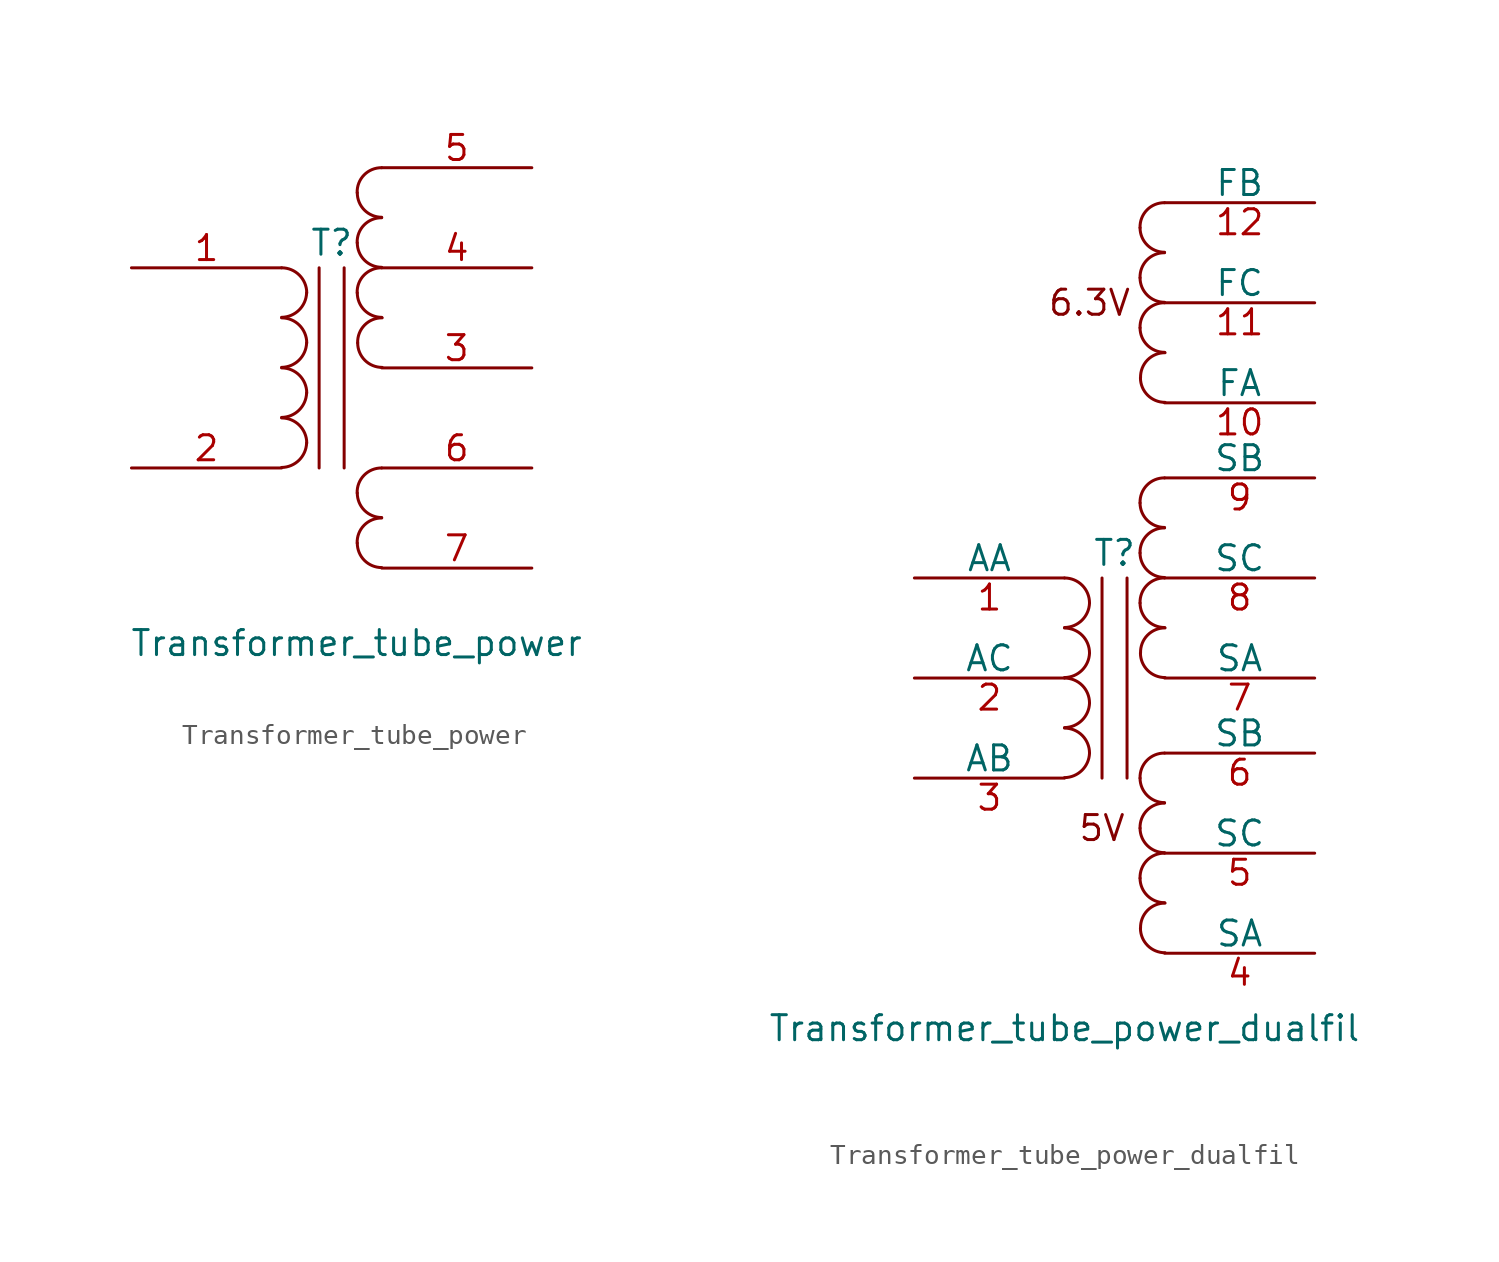
<source format=kicad_sym>
(kicad_symbol_lib
  (version 20220914)
  (generator kicad_symbol_editor)
  (symbol "Transformer_tube_power"
    (pin_names
      (offset 1.016) hide)
    (property "Reference" "T"
      (at 0 1.27 0)
      (effects (font (size 1.27 1.27))))
    (property "Value" "Transformer_tube_power"
      (at 1.27 -19.05 0)
      (effects (font (size 1.27 1.27))))
    (symbol "Transformer_tube_power_0_1"
      (arc (start -2.54 -10.1346) (mid -1.6599 -9.7701) (end -1.27 -8.89) (stroke (width 0) (type solid)) (fill (type none)))
      (arc (start -2.54 -7.5946) (mid -1.6599 -7.2301) (end -1.27 -6.35) (stroke (width 0) (type solid)) (fill (type none)))
      (arc (start -2.54 -5.0546) (mid -1.6599 -4.6901) (end -1.27 -3.81) (stroke (width 0) (type solid)) (fill (type none)))
      (arc (start -2.54 -2.5146) (mid -1.6599 -2.1501) (end -1.27 -1.27) (stroke (width 0) (type solid)) (fill (type none)))
      (arc (start -1.27 -8.89) (mid -1.642 -7.992) (end -2.54 -7.62) (stroke (width 0) (type solid)) (fill (type none)))
      (arc (start -1.27 -6.35) (mid -1.642 -5.452) (end -2.54 -5.08) (stroke (width 0) (type solid)) (fill (type none)))
      (arc (start -1.27 -3.81) (mid -1.642 -2.912) (end -2.54 -2.54) (stroke (width 0) (type solid)) (fill (type none)))
      (arc (start -1.27 -1.27) (mid -1.642 -0.372) (end -2.54 0) (stroke (width 0) (type solid)) (fill (type none)))
      (polyline (pts (xy -0.635 0) (xy -0.635 -10.16)) (stroke (width 0) (type solid)) (fill (type none)))
      (polyline (pts (xy 0.635 -10.16) (xy 0.635 0)) (stroke (width 0) (type solid)) (fill (type none)))
      (arc (start 1.2954 -13.97) (mid 1.6599 -14.8501) (end 2.54 -15.2146) (stroke (width 0) (type solid)) (fill (type none)))
      (arc (start 1.2954 -11.43) (mid 1.6599 -12.3101) (end 2.54 -12.6746) (stroke (width 0) (type solid)) (fill (type none)))
      (arc (start 1.2954 -1.27) (mid 1.6599 -2.1501) (end 2.54 -2.5146) (stroke (width 0) (type solid)) (fill (type none)))
      (arc (start 1.2954 1.27) (mid 1.6599 0.3899) (end 2.54 0.0254) (stroke (width 0) (type solid)) (fill (type none)))
      (arc (start 1.2954 3.81) (mid 1.6599 2.9299) (end 2.54 2.5654) (stroke (width 0) (type solid)) (fill (type none)))
      (arc (start 1.3208 -3.81) (mid 1.6853 -4.6901) (end 2.5654 -5.0546) (stroke (width 0) (type solid)) (fill (type none)))
      (arc (start 2.54 -12.7) (mid 1.642 -13.072) (end 1.2954 -13.97) (stroke (width 0) (type solid)) (fill (type none)))
      (arc (start 2.54 -10.16) (mid 1.642 -10.532) (end 1.2954 -11.43) (stroke (width 0) (type solid)) (fill (type none)))
      (arc (start 2.54 0) (mid 1.642 -0.372) (end 1.2954 -1.27) (stroke (width 0) (type solid)) (fill (type none)))
      (arc (start 2.54 2.54) (mid 1.642 2.168) (end 1.2954 1.27) (stroke (width 0) (type solid)) (fill (type none)))
      (arc (start 2.54 5.08) (mid 1.642 4.708) (end 1.2954 3.81) (stroke (width 0) (type solid)) (fill (type none)))
      (arc (start 2.5654 -2.54) (mid 1.6674 -2.912) (end 1.3208 -3.81) (stroke (width 0) (type solid)) (fill (type none))))
    (symbol "Transformer_tube_power_1_1"
      (pin passive line (at -10.16 0 0) (length 7.62) (name "AA" (effects (font (size 1.27 1.27)))) (number "1" (effects (font (size 1.27 1.27)))))
      (pin passive line (at -10.16 -10.16 0) (length 7.62) (name "AB" (effects (font (size 1.27 1.27)))) (number "2" (effects (font (size 1.27 1.27)))))
      (pin passive line (at 10.16 -5.08 180) (length 7.62) (name "SA" (effects (font (size 1.27 1.27)))) (number "3" (effects (font (size 1.27 1.27)))))
      (pin passive line (at 10.16 0 180) (length 7.62) (name "SC" (effects (font (size 1.27 1.27)))) (number "4" (effects (font (size 1.27 1.27)))))
      (pin passive line (at 10.16 5.08 180) (length 7.62) (name "SB" (effects (font (size 1.27 1.27)))) (number "5" (effects (font (size 1.27 1.27)))))
      (pin passive line (at 10.16 -10.16 180) (length 7.62) (name "F1" (effects (font (size 1.27 1.27)))) (number "6" (effects (font (size 1.27 1.27)))))
      (pin passive line (at 10.16 -15.24 180) (length 7.62) (name "F2" (effects (font (size 1.27 1.27)))) (number "7" (effects (font (size 1.27 1.27)))))))
  (symbol "Transformer_tube_power_dualfil"
    (pin_names
      (offset 0))
    (property "Reference" "T"
      (at 0 1.27 0)
      (effects (font (size 1.27 1.27))))
    (property "Value" "Transformer_tube_power_dualfil"
      (at -2.54 -22.86 0)
      (effects (font (size 1.27 1.27))))
    (symbol "Transformer_tube_power_dualfil_0_0"
      (text "5V" (at -0.635 -12.7 0) (effects (font (size 1.27 1.27))))
      (text "6.3V" (at -1.27 13.97 0) (effects (font (size 1.27 1.27)))))
    (symbol "Transformer_tube_power_dualfil_0_1"
      (arc (start -2.54 -10.1346) (mid -1.6599 -9.7701) (end -1.27 -8.89) (stroke (width 0) (type solid)) (fill (type none)))
      (arc (start -2.54 -7.5946) (mid -1.6599 -7.2301) (end -1.27 -6.35) (stroke (width 0) (type solid)) (fill (type none)))
      (arc (start -2.54 -5.0546) (mid -1.6599 -4.6901) (end -1.27 -3.81) (stroke (width 0) (type solid)) (fill (type none)))
      (arc (start -2.54 -2.5146) (mid -1.6599 -2.1501) (end -1.27 -1.27) (stroke (width 0) (type solid)) (fill (type none)))
      (arc (start -1.27 -8.89) (mid -1.642 -7.992) (end -2.54 -7.62) (stroke (width 0) (type solid)) (fill (type none)))
      (arc (start -1.27 -6.35) (mid -1.642 -5.452) (end -2.54 -5.08) (stroke (width 0) (type solid)) (fill (type none)))
      (arc (start -1.27 -3.81) (mid -1.642 -2.912) (end -2.54 -2.54) (stroke (width 0) (type solid)) (fill (type none)))
      (arc (start -1.27 -1.27) (mid -1.642 -0.372) (end -2.54 0) (stroke (width 0) (type solid)) (fill (type none)))
      (polyline (pts (xy -0.635 0) (xy -0.635 -10.16)) (stroke (width 0) (type solid)) (fill (type none)))
      (polyline (pts (xy 0.635 -10.16) (xy 0.635 0)) (stroke (width 0) (type solid)) (fill (type none)))
      (arc (start 1.2954 -15.24) (mid 1.6599 -16.1201) (end 2.54 -16.4846) (stroke (width 0) (type solid)) (fill (type none)))
      (arc (start 1.2954 -12.7) (mid 1.6599 -13.5801) (end 2.54 -13.9446) (stroke (width 0) (type solid)) (fill (type none)))
      (arc (start 1.2954 -10.16) (mid 1.6599 -11.0401) (end 2.54 -11.4046) (stroke (width 0) (type solid)) (fill (type none)))
      (arc (start 1.2954 -1.27) (mid 1.6599 -2.1501) (end 2.54 -2.5146) (stroke (width 0) (type solid)) (fill (type none)))
      (arc (start 1.2954 1.27) (mid 1.6599 0.3899) (end 2.54 0.0254) (stroke (width 0) (type solid)) (fill (type none)))
      (arc (start 1.2954 3.81) (mid 1.6599 2.9299) (end 2.54 2.5654) (stroke (width 0) (type solid)) (fill (type none)))
      (arc (start 1.2954 12.7) (mid 1.6599 11.8199) (end 2.54 11.4554) (stroke (width 0) (type solid)) (fill (type none)))
      (arc (start 1.2954 15.24) (mid 1.6599 14.3599) (end 2.54 13.9954) (stroke (width 0) (type solid)) (fill (type none)))
      (arc (start 1.2954 17.78) (mid 1.6599 16.8999) (end 2.54 16.5354) (stroke (width 0) (type solid)) (fill (type none)))
      (arc (start 1.3208 -17.78) (mid 1.6853 -18.6601) (end 2.5654 -19.0246) (stroke (width 0) (type solid)) (fill (type none)))
      (arc (start 1.3208 -3.81) (mid 1.6853 -4.6901) (end 2.5654 -5.0546) (stroke (width 0) (type solid)) (fill (type none)))
      (arc (start 1.3208 10.16) (mid 1.6853 9.2799) (end 2.5654 8.9154) (stroke (width 0) (type solid)) (fill (type none)))
      (arc (start 2.54 -13.97) (mid 1.642 -14.342) (end 1.2954 -15.24) (stroke (width 0) (type solid)) (fill (type none)))
      (arc (start 2.54 -11.43) (mid 1.642 -11.802) (end 1.2954 -12.7) (stroke (width 0) (type solid)) (fill (type none)))
      (arc (start 2.54 -8.89) (mid 1.642 -9.262) (end 1.2954 -10.16) (stroke (width 0) (type solid)) (fill (type none)))
      (arc (start 2.54 0) (mid 1.642 -0.372) (end 1.2954 -1.27) (stroke (width 0) (type solid)) (fill (type none)))
      (arc (start 2.54 2.54) (mid 1.642 2.168) (end 1.2954 1.27) (stroke (width 0) (type solid)) (fill (type none)))
      (arc (start 2.54 5.08) (mid 1.642 4.708) (end 1.2954 3.81) (stroke (width 0) (type solid)) (fill (type none)))
      (arc (start 2.54 13.97) (mid 1.642 13.598) (end 1.2954 12.7) (stroke (width 0) (type solid)) (fill (type none)))
      (arc (start 2.54 16.51) (mid 1.642 16.138) (end 1.2954 15.24) (stroke (width 0) (type solid)) (fill (type none)))
      (arc (start 2.54 19.05) (mid 1.642 18.678) (end 1.2954 17.78) (stroke (width 0) (type solid)) (fill (type none)))
      (arc (start 2.5654 -16.51) (mid 1.6674 -16.882) (end 1.3208 -17.78) (stroke (width 0) (type solid)) (fill (type none)))
      (arc (start 2.5654 -2.54) (mid 1.6674 -2.912) (end 1.3208 -3.81) (stroke (width 0) (type solid)) (fill (type none)))
      (arc (start 2.5654 11.43) (mid 1.6674 11.058) (end 1.3208 10.16) (stroke (width 0) (type solid)) (fill (type none))))
    (symbol "Transformer_tube_power_dualfil_1_1"
      (pin passive line (at -10.16 0 0) (length 7.62) (name "AA" (effects (font (size 1.27 1.27)))) (number "1" (effects (font (size 1.27 1.27)))))
      (pin passive line (at 10.16 8.89 180) (length 7.62) (name "FA" (effects (font (size 1.27 1.27)))) (number "10" (effects (font (size 1.27 1.27)))))
      (pin passive line (at 10.16 13.97 180) (length 7.62) (name "FC" (effects (font (size 1.27 1.27)))) (number "11" (effects (font (size 1.27 1.27)))))
      (pin passive line (at 10.16 19.05 180) (length 7.62) (name "FB" (effects (font (size 1.27 1.27)))) (number "12" (effects (font (size 1.27 1.27)))))
      (pin passive line (at -10.16 -5.08 0) (length 7.62) (name "AC" (effects (font (size 1.27 1.27)))) (number "2" (effects (font (size 1.27 1.27)))))
      (pin passive line (at -10.16 -10.16 0) (length 7.62) (name "AB" (effects (font (size 1.27 1.27)))) (number "3" (effects (font (size 1.27 1.27)))))
      (pin passive line (at 10.16 -19.05 180) (length 7.62) (name "SA" (effects (font (size 1.27 1.27)))) (number "4" (effects (font (size 1.27 1.27)))))
      (pin passive line (at 10.16 -13.97 180) (length 7.62) (name "SC" (effects (font (size 1.27 1.27)))) (number "5" (effects (font (size 1.27 1.27)))))
      (pin passive line (at 10.16 -8.89 180) (length 7.62) (name "SB" (effects (font (size 1.27 1.27)))) (number "6" (effects (font (size 1.27 1.27)))))
      (pin passive line (at 10.16 -5.08 180) (length 7.62) (name "SA" (effects (font (size 1.27 1.27)))) (number "7" (effects (font (size 1.27 1.27)))))
      (pin passive line (at 10.16 0 180) (length 7.62) (name "SC" (effects (font (size 1.27 1.27)))) (number "8" (effects (font (size 1.27 1.27)))))
      (pin passive line (at 10.16 5.08 180) (length 7.62) (name "SB" (effects (font (size 1.27 1.27)))) (number "9" (effects (font (size 1.27 1.27))))))))
</source>
